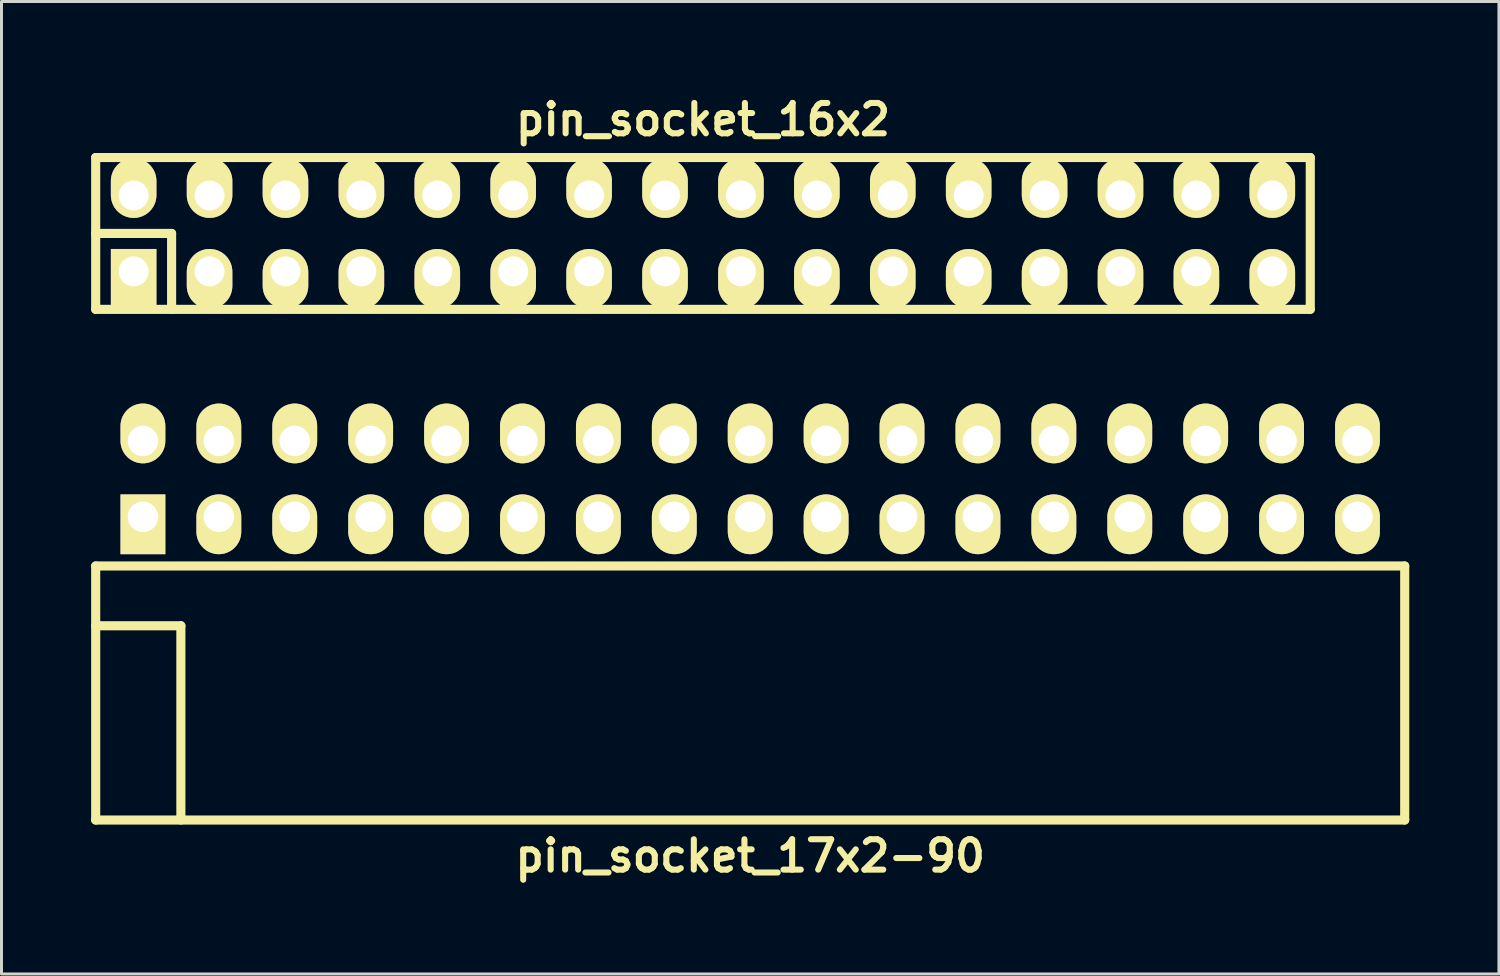
<source format=kicad_pcb>
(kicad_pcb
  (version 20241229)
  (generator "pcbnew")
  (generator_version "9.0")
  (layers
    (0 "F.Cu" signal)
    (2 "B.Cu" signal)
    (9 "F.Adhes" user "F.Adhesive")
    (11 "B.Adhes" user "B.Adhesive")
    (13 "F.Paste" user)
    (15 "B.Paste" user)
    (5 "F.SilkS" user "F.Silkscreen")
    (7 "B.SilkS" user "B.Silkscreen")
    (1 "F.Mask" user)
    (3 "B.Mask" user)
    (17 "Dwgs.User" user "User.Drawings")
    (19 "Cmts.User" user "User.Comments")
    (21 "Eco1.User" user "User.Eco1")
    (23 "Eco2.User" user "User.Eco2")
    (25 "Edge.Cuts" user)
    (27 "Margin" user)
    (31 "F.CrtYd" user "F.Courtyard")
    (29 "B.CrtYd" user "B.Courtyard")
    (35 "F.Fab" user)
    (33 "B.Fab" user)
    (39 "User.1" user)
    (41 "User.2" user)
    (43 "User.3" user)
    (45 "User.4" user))
  (footprint "pin_socket_16x2"
    (layer "F.Cu")
    (at 20.472 4.761)
    (property "Reference" "pin_socket_16x2" (at 0 -3.81 0) (layer "F.SilkS") (effects (font (size 1.016 1.016) (thickness 0.203))))
    (attr through_hole)
    (fp_line (start -20.32 -2.54) (end -20.32 2.54) (stroke (width 0.305) (type solid)) (layer "F.SilkS"))
    (fp_line (start -20.32 -2.54) (end 20.32 -2.54) (stroke (width 0.305) (type solid)) (layer "F.SilkS"))
    (fp_line (start -20.32 0) (end -17.78 0) (stroke (width 0.305) (type solid)) (layer "F.SilkS"))
    (fp_line (start -17.78 0) (end -17.78 2.54) (stroke (width 0.305) (type solid)) (layer "F.SilkS"))
    (fp_line (start 20.32 2.54) (end -20.32 2.54) (stroke (width 0.305) (type solid)) (layer "F.SilkS"))
    (fp_line (start 20.32 2.54) (end 20.32 -2.54) (stroke (width 0.305) (type solid)) (layer "F.SilkS"))
    (pad "1" thru_hole rect (at -19.05 1.27) (size 1.524 1.999) (drill 1.001 (offset 0 0.249)) (layers "*.Cu" "*.Mask" "F.SilkS"))
    (pad "2" thru_hole oval (at -19.05 -1.27) (size 1.524 1.999) (drill 1.001 (offset 0 -0.249)) (layers "*.Cu" "*.Mask" "F.SilkS"))
    (pad "3" thru_hole oval (at -16.51 1.27) (size 1.524 1.999) (drill 1.001 (offset 0 0.249)) (layers "*.Cu" "*.Mask" "F.SilkS"))
    (pad "4" thru_hole oval (at -16.51 -1.27) (size 1.524 1.999) (drill 1.001 (offset 0 -0.249)) (layers "*.Cu" "*.Mask" "F.SilkS"))
    (pad "5" thru_hole oval (at -13.97 1.27) (size 1.524 1.999) (drill 1.001 (offset 0 0.249)) (layers "*.Cu" "*.Mask" "F.SilkS"))
    (pad "6" thru_hole oval (at -13.97 -1.27) (size 1.524 1.999) (drill 1.001 (offset 0 -0.249)) (layers "*.Cu" "*.Mask" "F.SilkS"))
    (pad "7" thru_hole oval (at -11.43 1.27) (size 1.524 1.999) (drill 1.001 (offset 0 0.249)) (layers "*.Cu" "*.Mask" "F.SilkS"))
    (pad "8" thru_hole oval (at -11.43 -1.27) (size 1.524 1.999) (drill 1.001 (offset 0 -0.249)) (layers "*.Cu" "*.Mask" "F.SilkS"))
    (pad "9" thru_hole oval (at -8.89 1.27) (size 1.524 1.999) (drill 1.001 (offset 0 0.249)) (layers "*.Cu" "*.Mask" "F.SilkS"))
    (pad "10" thru_hole oval (at -8.89 -1.27) (size 1.524 1.999) (drill 1.001 (offset 0 -0.249)) (layers "*.Cu" "*.Mask" "F.SilkS"))
    (pad "11" thru_hole oval (at -6.35 1.27) (size 1.524 1.999) (drill 1.001 (offset 0 0.249)) (layers "*.Cu" "*.Mask" "F.SilkS"))
    (pad "12" thru_hole oval (at -6.35 -1.27) (size 1.524 1.999) (drill 1.001 (offset 0 -0.249)) (layers "*.Cu" "*.Mask" "F.SilkS"))
    (pad "13" thru_hole oval (at -3.81 1.27) (size 1.524 1.999) (drill 1.001 (offset 0 0.249)) (layers "*.Cu" "*.Mask" "F.SilkS"))
    (pad "14" thru_hole oval (at -3.81 -1.27) (size 1.524 1.999) (drill 1.001 (offset 0 -0.249)) (layers "*.Cu" "*.Mask" "F.SilkS"))
    (pad "15" thru_hole oval (at -1.27 1.27) (size 1.524 1.999) (drill 1.001 (offset 0 0.249)) (layers "*.Cu" "*.Mask" "F.SilkS"))
    (pad "16" thru_hole oval (at -1.27 -1.27) (size 1.524 1.999) (drill 1.001 (offset 0 -0.249)) (layers "*.Cu" "*.Mask" "F.SilkS"))
    (pad "17" thru_hole oval (at 1.27 1.27) (size 1.524 1.999) (drill 1.001 (offset 0 0.249)) (layers "*.Cu" "*.Mask" "F.SilkS"))
    (pad "18" thru_hole oval (at 1.27 -1.27) (size 1.524 1.999) (drill 1.001 (offset 0 -0.249)) (layers "*.Cu" "*.Mask" "F.SilkS"))
    (pad "19" thru_hole oval (at 3.81 1.27) (size 1.524 1.999) (drill 1.001 (offset 0 0.249)) (layers "*.Cu" "*.Mask" "F.SilkS"))
    (pad "20" thru_hole oval (at 3.81 -1.27) (size 1.524 1.999) (drill 1.001 (offset 0 -0.249)) (layers "*.Cu" "*.Mask" "F.SilkS"))
    (pad "21" thru_hole oval (at 6.35 1.27) (size 1.524 1.999) (drill 1.001 (offset 0 0.249)) (layers "*.Cu" "*.Mask" "F.SilkS"))
    (pad "22" thru_hole oval (at 6.35 -1.27) (size 1.524 1.999) (drill 1.001 (offset 0 -0.249)) (layers "*.Cu" "*.Mask" "F.SilkS"))
    (pad "23" thru_hole oval (at 8.89 1.27) (size 1.524 1.999) (drill 1.001 (offset 0 0.249)) (layers "*.Cu" "*.Mask" "F.SilkS"))
    (pad "24" thru_hole oval (at 8.89 -1.27) (size 1.524 1.999) (drill 1.001 (offset 0 -0.249)) (layers "*.Cu" "*.Mask" "F.SilkS"))
    (pad "25" thru_hole oval (at 11.43 1.27) (size 1.524 1.999) (drill 1.001 (offset 0 0.249)) (layers "*.Cu" "*.Mask" "F.SilkS"))
    (pad "26" thru_hole oval (at 11.43 -1.27) (size 1.524 1.999) (drill 1.001 (offset 0 -0.249)) (layers "*.Cu" "*.Mask" "F.SilkS"))
    (pad "27" thru_hole oval (at 13.97 1.27) (size 1.524 1.999) (drill 1.001 (offset 0 0.249)) (layers "*.Cu" "*.Mask" "F.SilkS"))
    (pad "28" thru_hole oval (at 13.97 -1.27) (size 1.524 1.999) (drill 1.001 (offset 0 -0.249)) (layers "*.Cu" "*.Mask" "F.SilkS"))
    (pad "29" thru_hole oval (at 16.51 1.27) (size 1.524 1.999) (drill 1.001 (offset 0 0.249)) (layers "*.Cu" "*.Mask" "F.SilkS"))
    (pad "30" thru_hole oval (at 16.51 -1.27) (size 1.524 1.999) (drill 1.001 (offset 0 -0.249)) (layers "*.Cu" "*.Mask" "F.SilkS"))
    (pad "31" thru_hole oval (at 19.05 1.27) (size 1.524 1.999) (drill 1.001 (offset 0 0.249)) (layers "*.Cu" "*.Mask" "F.SilkS"))
    (pad "32" thru_hole oval (at 19.05 -1.27) (size 1.524 1.999) (drill 1.001 (offset 0 -0.249)) (layers "*.Cu" "*.Mask" "F.SilkS")))
  (footprint "pin_socket_17x2-90"
    (layer "F.Cu")
    (at 22.052 17.888)
    (property "Reference" "pin_socket_17x2-90" (at 0 7.7 0) (layer "F.SilkS") (effects (font (size 1.016 1.016) (thickness 0.203))))
    (attr through_hole)
    (fp_line (start -21.9 -2) (end -21.9 6.5) (stroke (width 0.305) (type solid)) (layer "F.SilkS"))
    (fp_line (start -21.9 -2) (end 21.9 -2) (stroke (width 0.305) (type solid)) (layer "F.SilkS"))
    (fp_line (start -21.9 0) (end -19.05 0) (stroke (width 0.305) (type solid)) (layer "F.SilkS"))
    (fp_line (start -21.9 6.5) (end 21.9 6.5) (stroke (width 0.305) (type solid)) (layer "F.SilkS"))
    (fp_line (start -19.05 0) (end -19.05 6.5) (stroke (width 0.305) (type solid)) (layer "F.SilkS"))
    (fp_line (start 21.9 -2) (end 21.9 6.5) (stroke (width 0.305) (type solid)) (layer "F.SilkS"))
    (pad "1" thru_hole rect (at -20.32 -3.645) (size 1.5 2) (drill 1.02 (offset 0 0.25)) (layers "*.Cu" "*.Mask" "F.SilkS"))
    (pad "2" thru_hole oval (at -20.32 -6.185) (size 1.5 2) (drill 1.02 (offset 0 -0.25)) (layers "*.Cu" "*.Mask" "F.SilkS"))
    (pad "3" thru_hole oval (at -17.78 -3.645) (size 1.5 2) (drill 1.02 (offset 0 0.25)) (layers "*.Cu" "*.Mask" "F.SilkS"))
    (pad "4" thru_hole oval (at -17.78 -6.185) (size 1.5 2) (drill 1.02 (offset 0 -0.25)) (layers "*.Cu" "*.Mask" "F.SilkS"))
    (pad "5" thru_hole oval (at -15.24 -3.645) (size 1.5 2) (drill 1.02 (offset 0 0.25)) (layers "*.Cu" "*.Mask" "F.SilkS"))
    (pad "6" thru_hole oval (at -15.24 -6.185) (size 1.5 2) (drill 1.02 (offset 0 -0.25)) (layers "*.Cu" "*.Mask" "F.SilkS"))
    (pad "7" thru_hole oval (at -12.7 -3.645) (size 1.5 2) (drill 1.02 (offset 0 0.25)) (layers "*.Cu" "*.Mask" "F.SilkS"))
    (pad "8" thru_hole oval (at -12.7 -6.185) (size 1.5 2) (drill 1.02 (offset 0 -0.25)) (layers "*.Cu" "*.Mask" "F.SilkS"))
    (pad "9" thru_hole oval (at -10.16 -3.645) (size 1.5 2) (drill 1.02 (offset 0 0.25)) (layers "*.Cu" "*.Mask" "F.SilkS"))
    (pad "10" thru_hole oval (at -10.16 -6.185) (size 1.5 2) (drill 1.02 (offset 0 -0.25)) (layers "*.Cu" "*.Mask" "F.SilkS"))
    (pad "11" thru_hole oval (at -7.62 -3.645) (size 1.5 2) (drill 1.02 (offset 0 0.25)) (layers "*.Cu" "*.Mask" "F.SilkS"))
    (pad "12" thru_hole oval (at -7.62 -6.185) (size 1.5 2) (drill 1.02 (offset 0 -0.25)) (layers "*.Cu" "*.Mask" "F.SilkS"))
    (pad "13" thru_hole oval (at -5.08 -3.645) (size 1.5 2) (drill 1.02 (offset 0 0.25)) (layers "*.Cu" "*.Mask" "F.SilkS"))
    (pad "14" thru_hole oval (at -5.08 -6.185) (size 1.5 2) (drill 1.02 (offset 0 -0.25)) (layers "*.Cu" "*.Mask" "F.SilkS"))
    (pad "15" thru_hole oval (at -2.54 -3.645) (size 1.5 2) (drill 1.02 (offset 0 0.25)) (layers "*.Cu" "*.Mask" "F.SilkS"))
    (pad "16" thru_hole oval (at -2.54 -6.185) (size 1.5 2) (drill 1.02 (offset 0 -0.25)) (layers "*.Cu" "*.Mask" "F.SilkS"))
    (pad "17" thru_hole oval (at 0 -3.645) (size 1.5 2) (drill 1.02 (offset 0 0.25)) (layers "*.Cu" "*.Mask" "F.SilkS"))
    (pad "18" thru_hole oval (at 0 -6.185) (size 1.5 2) (drill 1.02 (offset 0 -0.25)) (layers "*.Cu" "*.Mask" "F.SilkS"))
    (pad "19" thru_hole oval (at 2.54 -3.645) (size 1.5 2) (drill 1.02 (offset 0 0.25)) (layers "*.Cu" "*.Mask" "F.SilkS"))
    (pad "20" thru_hole oval (at 2.54 -6.185) (size 1.5 2) (drill 1.02 (offset 0 -0.25)) (layers "*.Cu" "*.Mask" "F.SilkS"))
    (pad "21" thru_hole oval (at 5.08 -3.645) (size 1.5 2) (drill 1.02 (offset 0 0.25)) (layers "*.Cu" "*.Mask" "F.SilkS"))
    (pad "22" thru_hole oval (at 5.08 -6.185) (size 1.5 2) (drill 1.02 (offset 0 -0.25)) (layers "*.Cu" "*.Mask" "F.SilkS"))
    (pad "23" thru_hole oval (at 7.62 -3.645) (size 1.5 2) (drill 1.02 (offset 0 0.25)) (layers "*.Cu" "*.Mask" "F.SilkS"))
    (pad "24" thru_hole oval (at 7.62 -6.185) (size 1.5 2) (drill 1.02 (offset 0 -0.25)) (layers "*.Cu" "*.Mask" "F.SilkS"))
    (pad "25" thru_hole oval (at 10.16 -3.645) (size 1.5 2) (drill 1.02 (offset 0 0.25)) (layers "*.Cu" "*.Mask" "F.SilkS"))
    (pad "26" thru_hole oval (at 10.16 -6.185) (size 1.5 2) (drill 1.02 (offset 0 -0.25)) (layers "*.Cu" "*.Mask" "F.SilkS"))
    (pad "27" thru_hole oval (at 12.7 -3.645) (size 1.5 2) (drill 1.02 (offset 0 0.25)) (layers "*.Cu" "*.Mask" "F.SilkS"))
    (pad "28" thru_hole oval (at 12.7 -6.185) (size 1.5 2) (drill 1.02 (offset 0 -0.25)) (layers "*.Cu" "*.Mask" "F.SilkS"))
    (pad "29" thru_hole oval (at 15.24 -3.645) (size 1.5 2) (drill 1.02 (offset 0 0.25)) (layers "*.Cu" "*.Mask" "F.SilkS"))
    (pad "30" thru_hole oval (at 15.24 -6.185) (size 1.5 2) (drill 1.02 (offset 0 -0.25)) (layers "*.Cu" "*.Mask" "F.SilkS"))
    (pad "31" thru_hole oval (at 17.78 -3.645) (size 1.5 2) (drill 1.02 (offset 0 0.25)) (layers "*.Cu" "*.Mask" "F.SilkS"))
    (pad "32" thru_hole oval (at 17.78 -6.185) (size 1.5 2) (drill 1.02 (offset 0 -0.25)) (layers "*.Cu" "*.Mask" "F.SilkS"))
    (pad "33" thru_hole oval (at 20.32 -3.645) (size 1.5 2) (drill 1.02 (offset 0 0.25)) (layers "*.Cu" "*.Mask" "F.SilkS"))
    (pad "34" thru_hole oval (at 20.32 -6.185) (size 1.5 2) (drill 1.02 (offset 0 -0.25)) (layers "*.Cu" "*.Mask" "F.SilkS")))
  (gr_rect
    (start -3 -3)
    (end 47.105 29.539)
    (stroke (width 0.1) (type default))
    (fill no)
    (layer "Edge.Cuts")))
</source>
